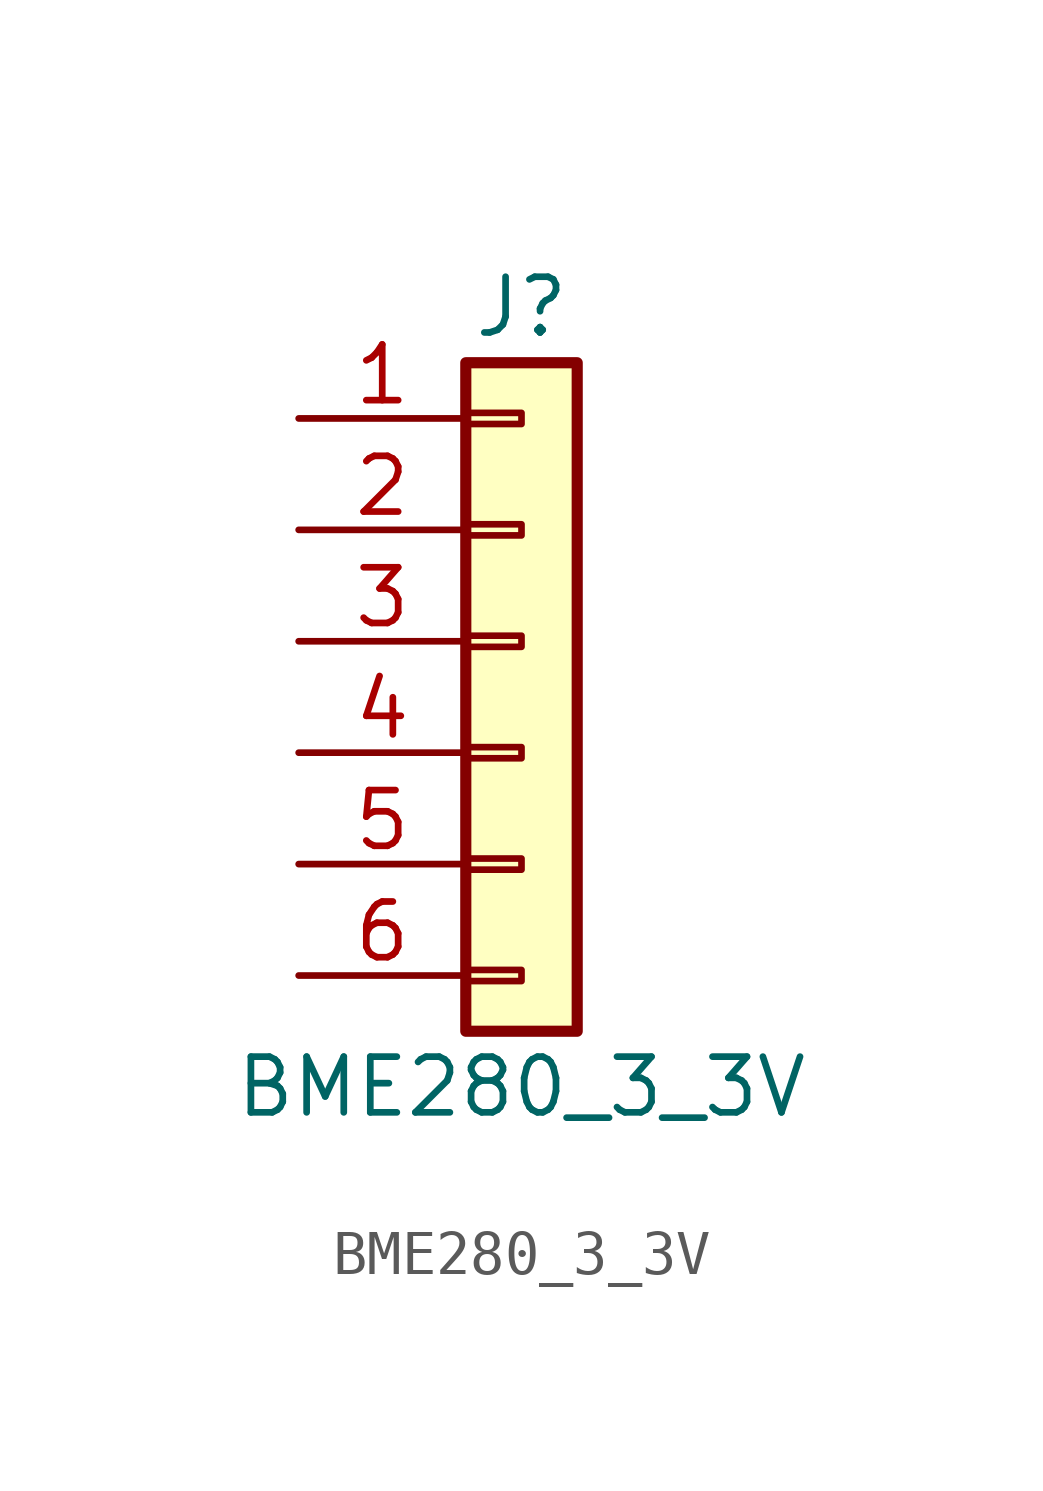
<source format=kicad_sym>
(kicad_symbol_lib
  (version 20231120)
  (generator "kicad_symbol_editor")
  (generator_version "8.0")
  (symbol "BME280_3_3V"
    (pin_names
      (offset 1.016) hide)
    (property "Reference" "J"
      (at 0 7.62 0)
      (effects (font (size 1.27 1.27))))
    (property "Value" "BME280_3_3V"
      (at 0 -10.16 0)
      (effects (font (size 1.27 1.27))))
    (symbol "BME280_3_3V_1_1"
      (rectangle (start -1.27 -7.493) (end 0 -7.747) (stroke (width 0.152) (type default)) (fill (type none)))
      (rectangle (start -1.27 -4.953) (end 0 -5.207) (stroke (width 0.152) (type default)) (fill (type none)))
      (rectangle (start -1.27 -2.413) (end 0 -2.667) (stroke (width 0.152) (type default)) (fill (type none)))
      (rectangle (start -1.27 0.127) (end 0 -0.127) (stroke (width 0.152) (type default)) (fill (type none)))
      (rectangle (start -1.27 2.667) (end 0 2.413) (stroke (width 0.152) (type default)) (fill (type none)))
      (rectangle (start -1.27 5.207) (end 0 4.953) (stroke (width 0.152) (type default)) (fill (type none)))
      (rectangle (start -1.27 6.35) (end 1.27 -8.89) (stroke (width 0.254) (type default)) (fill (type background)))
      (pin passive line (at -5.08 5.08 0) (length 3.81) (name "Pin_1" (effects (font (size 1.27 1.27)))) (number "1" (effects (font (size 1.27 1.27)))))
      (pin passive line (at -5.08 2.54 0) (length 3.81) (name "Pin_2" (effects (font (size 1.27 1.27)))) (number "2" (effects (font (size 1.27 1.27)))))
      (pin passive line (at -5.08 0 0) (length 3.81) (name "Pin_3" (effects (font (size 1.27 1.27)))) (number "3" (effects (font (size 1.27 1.27)))))
      (pin passive line (at -5.08 -2.54 0) (length 3.81) (name "Pin_4" (effects (font (size 1.27 1.27)))) (number "4" (effects (font (size 1.27 1.27)))))
      (pin passive line (at -5.08 -5.08 0) (length 3.81) (name "Pin_5" (effects (font (size 1.27 1.27)))) (number "5" (effects (font (size 1.27 1.27)))))
      (pin passive line (at -5.08 -7.62 0) (length 3.81) (name "Pin_6" (effects (font (size 1.27 1.27)))) (number "6" (effects (font (size 1.27 1.27))))))))
</source>
